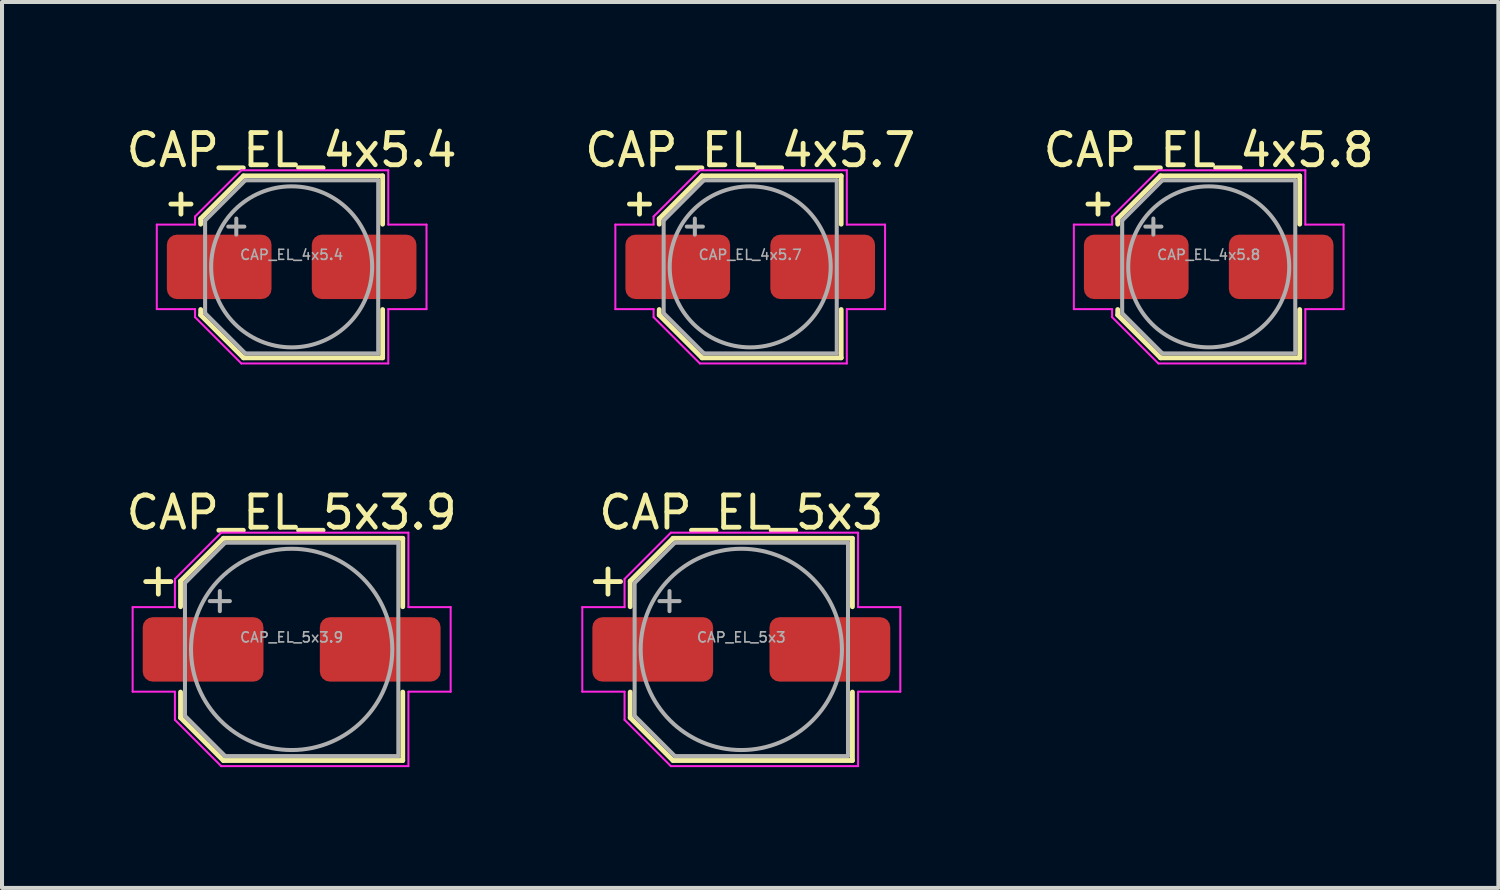
<source format=kicad_pcb>
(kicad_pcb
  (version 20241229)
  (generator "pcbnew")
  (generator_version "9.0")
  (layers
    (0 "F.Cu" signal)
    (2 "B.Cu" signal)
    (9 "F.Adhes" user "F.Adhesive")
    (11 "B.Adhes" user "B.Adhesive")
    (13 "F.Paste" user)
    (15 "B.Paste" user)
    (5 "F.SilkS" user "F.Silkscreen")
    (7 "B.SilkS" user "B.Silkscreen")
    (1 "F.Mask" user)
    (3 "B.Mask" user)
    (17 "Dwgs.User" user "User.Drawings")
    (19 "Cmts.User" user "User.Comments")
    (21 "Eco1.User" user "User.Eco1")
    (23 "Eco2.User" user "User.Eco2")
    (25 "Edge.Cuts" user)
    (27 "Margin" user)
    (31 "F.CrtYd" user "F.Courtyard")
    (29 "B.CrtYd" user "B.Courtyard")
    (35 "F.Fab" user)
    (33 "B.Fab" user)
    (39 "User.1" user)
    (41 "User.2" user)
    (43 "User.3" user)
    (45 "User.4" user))
  (footprint "CAP_EL_4x5.8"
    (layer "F.Cu")
    (at 26.976 3.579)
    (property "Reference" "CAP_EL_4x5.8" (at 0 -2.9 0) (layer "F.SilkS") (effects (font (size 0.8 0.8) (thickness 0.12))))
    (attr smd)
    (fp_line (start -3 -1.56) (end -2.5 -1.56) (stroke (width 0.12) (type solid)) (layer "F.SilkS"))
    (fp_line (start -2.75 -1.81) (end -2.75 -1.31) (stroke (width 0.12) (type solid)) (layer "F.SilkS"))
    (fp_line (start -2.26 -1.196) (end -2.26 -1.06) (stroke (width 0.12) (type solid)) (layer "F.SilkS"))
    (fp_line (start -2.26 -1.196) (end -1.196 -2.26) (stroke (width 0.12) (type solid)) (layer "F.SilkS"))
    (fp_line (start -2.26 1.196) (end -2.26 1.06) (stroke (width 0.12) (type solid)) (layer "F.SilkS"))
    (fp_line (start -2.26 1.196) (end -1.196 2.26) (stroke (width 0.12) (type solid)) (layer "F.SilkS"))
    (fp_line (start -1.196 -2.26) (end 2.26 -2.26) (stroke (width 0.12) (type solid)) (layer "F.SilkS"))
    (fp_line (start -1.196 2.26) (end 2.26 2.26) (stroke (width 0.12) (type solid)) (layer "F.SilkS"))
    (fp_line (start 2.26 -2.26) (end 2.26 -1.06) (stroke (width 0.12) (type solid)) (layer "F.SilkS"))
    (fp_line (start 2.26 2.26) (end 2.26 1.06) (stroke (width 0.12) (type solid)) (layer "F.SilkS"))
    (fp_line (start -3.35 -1.05) (end -3.35 1.05) (stroke (width 0.05) (type solid)) (layer "F.CrtYd"))
    (fp_line (start -3.35 1.05) (end -2.4 1.05) (stroke (width 0.05) (type solid)) (layer "F.CrtYd"))
    (fp_line (start -2.4 -1.25) (end -2.4 -1.05) (stroke (width 0.05) (type solid)) (layer "F.CrtYd"))
    (fp_line (start -2.4 -1.25) (end -1.25 -2.4) (stroke (width 0.05) (type solid)) (layer "F.CrtYd"))
    (fp_line (start -2.4 -1.05) (end -3.35 -1.05) (stroke (width 0.05) (type solid)) (layer "F.CrtYd"))
    (fp_line (start -2.4 1.05) (end -2.4 1.25) (stroke (width 0.05) (type solid)) (layer "F.CrtYd"))
    (fp_line (start -2.4 1.25) (end -1.25 2.4) (stroke (width 0.05) (type solid)) (layer "F.CrtYd"))
    (fp_line (start -1.25 -2.4) (end 2.4 -2.4) (stroke (width 0.05) (type solid)) (layer "F.CrtYd"))
    (fp_line (start -1.25 2.4) (end 2.4 2.4) (stroke (width 0.05) (type solid)) (layer "F.CrtYd"))
    (fp_line (start 2.4 -2.4) (end 2.4 -1.05) (stroke (width 0.05) (type solid)) (layer "F.CrtYd"))
    (fp_line (start 2.4 -1.05) (end 3.35 -1.05) (stroke (width 0.05) (type solid)) (layer "F.CrtYd"))
    (fp_line (start 2.4 1.05) (end 2.4 2.4) (stroke (width 0.05) (type solid)) (layer "F.CrtYd"))
    (fp_line (start 3.35 -1.05) (end 3.35 1.05) (stroke (width 0.05) (type solid)) (layer "F.CrtYd"))
    (fp_line (start 3.35 1.05) (end 2.4 1.05) (stroke (width 0.05) (type solid)) (layer "F.CrtYd"))
    (fp_line (start -2.15 -1.15) (end -2.15 1.15) (stroke (width 0.1) (type solid)) (layer "F.Fab"))
    (fp_line (start -2.15 -1.15) (end -1.15 -2.15) (stroke (width 0.1) (type solid)) (layer "F.Fab"))
    (fp_line (start -2.15 1.15) (end -1.15 2.15) (stroke (width 0.1) (type solid)) (layer "F.Fab"))
    (fp_line (start -1.575 -1) (end -1.175 -1) (stroke (width 0.1) (type solid)) (layer "F.Fab"))
    (fp_line (start -1.375 -1.2) (end -1.375 -0.8) (stroke (width 0.1) (type solid)) (layer "F.Fab"))
    (fp_line (start -1.15 -2.15) (end 2.15 -2.15) (stroke (width 0.1) (type solid)) (layer "F.Fab"))
    (fp_line (start -1.15 2.15) (end 2.15 2.15) (stroke (width 0.1) (type solid)) (layer "F.Fab"))
    (fp_line (start 2.15 -2.15) (end 2.15 2.15) (stroke (width 0.1) (type solid)) (layer "F.Fab"))
    (fp_circle (center 0 0) (end 2 0) (stroke (width 0.1) (type solid)) (fill no) (layer "F.Fab"))
    (fp_text user "${REFERENCE}" (at 0 -0.3 0) (layer "F.Fab") (effects (font (size 0.25 0.25) (thickness 0.04))))
    (pad "1" smd roundrect (at -1.8 0) (size 2.6 1.6) (layers "F.Cu" "F.Mask" "F.Paste") (roundrect_rratio 0.156))
    (pad "2" smd roundrect (at 1.8 0) (size 2.6 1.6) (layers "F.Cu" "F.Mask" "F.Paste") (roundrect_rratio 0.156)))
  (footprint "CAP_EL_5x3.9"
    (layer "F.Cu")
    (at 4.195 13.082)
    (property "Reference" "CAP_EL_5x3.9" (at 0 -3.4 0) (layer "F.SilkS") (effects (font (size 0.8 0.8) (thickness 0.12))))
    (attr smd)
    (fp_line (start -3.625 -1.685) (end -3 -1.685) (stroke (width 0.12) (type solid)) (layer "F.SilkS"))
    (fp_line (start -3.312 -1.998) (end -3.312 -1.373) (stroke (width 0.12) (type solid)) (layer "F.SilkS"))
    (fp_line (start -2.76 -1.696) (end -2.76 -1.06) (stroke (width 0.12) (type solid)) (layer "F.SilkS"))
    (fp_line (start -2.76 -1.696) (end -1.696 -2.76) (stroke (width 0.12) (type solid)) (layer "F.SilkS"))
    (fp_line (start -2.76 1.696) (end -2.76 1.06) (stroke (width 0.12) (type solid)) (layer "F.SilkS"))
    (fp_line (start -2.76 1.696) (end -1.696 2.76) (stroke (width 0.12) (type solid)) (layer "F.SilkS"))
    (fp_line (start -1.696 -2.76) (end 2.76 -2.76) (stroke (width 0.12) (type solid)) (layer "F.SilkS"))
    (fp_line (start -1.696 2.76) (end 2.76 2.76) (stroke (width 0.12) (type solid)) (layer "F.SilkS"))
    (fp_line (start 2.76 -2.76) (end 2.76 -1.06) (stroke (width 0.12) (type solid)) (layer "F.SilkS"))
    (fp_line (start 2.76 2.76) (end 2.76 1.06) (stroke (width 0.12) (type solid)) (layer "F.SilkS"))
    (fp_line (start -3.95 -1.05) (end -3.95 1.05) (stroke (width 0.05) (type solid)) (layer "F.CrtYd"))
    (fp_line (start -3.95 1.05) (end -2.9 1.05) (stroke (width 0.05) (type solid)) (layer "F.CrtYd"))
    (fp_line (start -2.9 -1.75) (end -2.9 -1.05) (stroke (width 0.05) (type solid)) (layer "F.CrtYd"))
    (fp_line (start -2.9 -1.75) (end -1.75 -2.9) (stroke (width 0.05) (type solid)) (layer "F.CrtYd"))
    (fp_line (start -2.9 -1.05) (end -3.95 -1.05) (stroke (width 0.05) (type solid)) (layer "F.CrtYd"))
    (fp_line (start -2.9 1.05) (end -2.9 1.75) (stroke (width 0.05) (type solid)) (layer "F.CrtYd"))
    (fp_line (start -2.9 1.75) (end -1.75 2.9) (stroke (width 0.05) (type solid)) (layer "F.CrtYd"))
    (fp_line (start -1.75 -2.9) (end 2.9 -2.9) (stroke (width 0.05) (type solid)) (layer "F.CrtYd"))
    (fp_line (start -1.75 2.9) (end 2.9 2.9) (stroke (width 0.05) (type solid)) (layer "F.CrtYd"))
    (fp_line (start 2.9 -2.9) (end 2.9 -1.05) (stroke (width 0.05) (type solid)) (layer "F.CrtYd"))
    (fp_line (start 2.9 -1.05) (end 3.95 -1.05) (stroke (width 0.05) (type solid)) (layer "F.CrtYd"))
    (fp_line (start 2.9 1.05) (end 2.9 2.9) (stroke (width 0.05) (type solid)) (layer "F.CrtYd"))
    (fp_line (start 3.95 -1.05) (end 3.95 1.05) (stroke (width 0.05) (type solid)) (layer "F.CrtYd"))
    (fp_line (start 3.95 1.05) (end 2.9 1.05) (stroke (width 0.05) (type solid)) (layer "F.CrtYd"))
    (fp_line (start -2.65 -1.65) (end -2.65 1.65) (stroke (width 0.1) (type solid)) (layer "F.Fab"))
    (fp_line (start -2.65 -1.65) (end -1.65 -2.65) (stroke (width 0.1) (type solid)) (layer "F.Fab"))
    (fp_line (start -2.65 1.65) (end -1.65 2.65) (stroke (width 0.1) (type solid)) (layer "F.Fab"))
    (fp_line (start -2.034 -1.2) (end -1.534 -1.2) (stroke (width 0.1) (type solid)) (layer "F.Fab"))
    (fp_line (start -1.784 -1.45) (end -1.784 -0.95) (stroke (width 0.1) (type solid)) (layer "F.Fab"))
    (fp_line (start -1.65 -2.65) (end 2.65 -2.65) (stroke (width 0.1) (type solid)) (layer "F.Fab"))
    (fp_line (start -1.65 2.65) (end 2.65 2.65) (stroke (width 0.1) (type solid)) (layer "F.Fab"))
    (fp_line (start 2.65 -2.65) (end 2.65 2.65) (stroke (width 0.1) (type solid)) (layer "F.Fab"))
    (fp_circle (center 0 0) (end 2.5 0) (stroke (width 0.1) (type solid)) (fill no) (layer "F.Fab"))
    (fp_text user "${REFERENCE}" (at 0 -0.3 0) (layer "F.Fab") (effects (font (size 0.25 0.25) (thickness 0.04))))
    (pad "1" smd roundrect (at -2.2 0) (size 3 1.6) (layers "F.Cu" "F.Mask" "F.Paste") (roundrect_rratio 0.156))
    (pad "2" smd roundrect (at 2.2 0) (size 3 1.6) (layers "F.Cu" "F.Mask" "F.Paste") (roundrect_rratio 0.156)))
  (footprint "CAP_EL_5x3"
    (layer "F.Cu")
    (at 15.365 13.082)
    (property "Reference" "CAP_EL_5x3" (at 0 -3.4 0) (layer "F.SilkS") (effects (font (size 0.8 0.8) (thickness 0.12))))
    (attr smd)
    (fp_line (start -3.625 -1.685) (end -3 -1.685) (stroke (width 0.12) (type solid)) (layer "F.SilkS"))
    (fp_line (start -3.312 -1.998) (end -3.312 -1.373) (stroke (width 0.12) (type solid)) (layer "F.SilkS"))
    (fp_line (start -2.76 -1.696) (end -2.76 -1.06) (stroke (width 0.12) (type solid)) (layer "F.SilkS"))
    (fp_line (start -2.76 -1.696) (end -1.696 -2.76) (stroke (width 0.12) (type solid)) (layer "F.SilkS"))
    (fp_line (start -2.76 1.696) (end -2.76 1.06) (stroke (width 0.12) (type solid)) (layer "F.SilkS"))
    (fp_line (start -2.76 1.696) (end -1.696 2.76) (stroke (width 0.12) (type solid)) (layer "F.SilkS"))
    (fp_line (start -1.696 -2.76) (end 2.76 -2.76) (stroke (width 0.12) (type solid)) (layer "F.SilkS"))
    (fp_line (start -1.696 2.76) (end 2.76 2.76) (stroke (width 0.12) (type solid)) (layer "F.SilkS"))
    (fp_line (start 2.76 -2.76) (end 2.76 -1.06) (stroke (width 0.12) (type solid)) (layer "F.SilkS"))
    (fp_line (start 2.76 2.76) (end 2.76 1.06) (stroke (width 0.12) (type solid)) (layer "F.SilkS"))
    (fp_line (start -3.95 -1.05) (end -3.95 1.05) (stroke (width 0.05) (type solid)) (layer "F.CrtYd"))
    (fp_line (start -3.95 1.05) (end -2.9 1.05) (stroke (width 0.05) (type solid)) (layer "F.CrtYd"))
    (fp_line (start -2.9 -1.75) (end -2.9 -1.05) (stroke (width 0.05) (type solid)) (layer "F.CrtYd"))
    (fp_line (start -2.9 -1.75) (end -1.75 -2.9) (stroke (width 0.05) (type solid)) (layer "F.CrtYd"))
    (fp_line (start -2.9 -1.05) (end -3.95 -1.05) (stroke (width 0.05) (type solid)) (layer "F.CrtYd"))
    (fp_line (start -2.9 1.05) (end -2.9 1.75) (stroke (width 0.05) (type solid)) (layer "F.CrtYd"))
    (fp_line (start -2.9 1.75) (end -1.75 2.9) (stroke (width 0.05) (type solid)) (layer "F.CrtYd"))
    (fp_line (start -1.75 -2.9) (end 2.9 -2.9) (stroke (width 0.05) (type solid)) (layer "F.CrtYd"))
    (fp_line (start -1.75 2.9) (end 2.9 2.9) (stroke (width 0.05) (type solid)) (layer "F.CrtYd"))
    (fp_line (start 2.9 -2.9) (end 2.9 -1.05) (stroke (width 0.05) (type solid)) (layer "F.CrtYd"))
    (fp_line (start 2.9 -1.05) (end 3.95 -1.05) (stroke (width 0.05) (type solid)) (layer "F.CrtYd"))
    (fp_line (start 2.9 1.05) (end 2.9 2.9) (stroke (width 0.05) (type solid)) (layer "F.CrtYd"))
    (fp_line (start 3.95 -1.05) (end 3.95 1.05) (stroke (width 0.05) (type solid)) (layer "F.CrtYd"))
    (fp_line (start 3.95 1.05) (end 2.9 1.05) (stroke (width 0.05) (type solid)) (layer "F.CrtYd"))
    (fp_line (start -2.65 -1.65) (end -2.65 1.65) (stroke (width 0.1) (type solid)) (layer "F.Fab"))
    (fp_line (start -2.65 -1.65) (end -1.65 -2.65) (stroke (width 0.1) (type solid)) (layer "F.Fab"))
    (fp_line (start -2.65 1.65) (end -1.65 2.65) (stroke (width 0.1) (type solid)) (layer "F.Fab"))
    (fp_line (start -2.034 -1.2) (end -1.534 -1.2) (stroke (width 0.1) (type solid)) (layer "F.Fab"))
    (fp_line (start -1.784 -1.45) (end -1.784 -0.95) (stroke (width 0.1) (type solid)) (layer "F.Fab"))
    (fp_line (start -1.65 -2.65) (end 2.65 -2.65) (stroke (width 0.1) (type solid)) (layer "F.Fab"))
    (fp_line (start -1.65 2.65) (end 2.65 2.65) (stroke (width 0.1) (type solid)) (layer "F.Fab"))
    (fp_line (start 2.65 -2.65) (end 2.65 2.65) (stroke (width 0.1) (type solid)) (layer "F.Fab"))
    (fp_circle (center 0 0) (end 2.5 0) (stroke (width 0.1) (type solid)) (fill no) (layer "F.Fab"))
    (fp_text user "${REFERENCE}" (at 0 -0.3 0) (layer "F.Fab") (effects (font (size 0.25 0.25) (thickness 0.04))))
    (pad "1" smd roundrect (at -2.2 0) (size 3 1.6) (layers "F.Cu" "F.Mask" "F.Paste") (roundrect_rratio 0.156))
    (pad "2" smd roundrect (at 2.2 0) (size 3 1.6) (layers "F.Cu" "F.Mask" "F.Paste") (roundrect_rratio 0.156)))
  (footprint "CAP_EL_4x5.4"
    (layer "F.Cu")
    (at 4.195 3.579)
    (property "Reference" "CAP_EL_4x5.4" (at 0 -2.9 0) (layer "F.SilkS") (effects (font (size 0.8 0.8) (thickness 0.12))))
    (attr smd)
    (fp_line (start -3 -1.56) (end -2.5 -1.56) (stroke (width 0.12) (type solid)) (layer "F.SilkS"))
    (fp_line (start -2.75 -1.81) (end -2.75 -1.31) (stroke (width 0.12) (type solid)) (layer "F.SilkS"))
    (fp_line (start -2.26 -1.196) (end -2.26 -1.06) (stroke (width 0.12) (type solid)) (layer "F.SilkS"))
    (fp_line (start -2.26 -1.196) (end -1.196 -2.26) (stroke (width 0.12) (type solid)) (layer "F.SilkS"))
    (fp_line (start -2.26 1.196) (end -2.26 1.06) (stroke (width 0.12) (type solid)) (layer "F.SilkS"))
    (fp_line (start -2.26 1.196) (end -1.196 2.26) (stroke (width 0.12) (type solid)) (layer "F.SilkS"))
    (fp_line (start -1.196 -2.26) (end 2.26 -2.26) (stroke (width 0.12) (type solid)) (layer "F.SilkS"))
    (fp_line (start -1.196 2.26) (end 2.26 2.26) (stroke (width 0.12) (type solid)) (layer "F.SilkS"))
    (fp_line (start 2.26 -2.26) (end 2.26 -1.06) (stroke (width 0.12) (type solid)) (layer "F.SilkS"))
    (fp_line (start 2.26 2.26) (end 2.26 1.06) (stroke (width 0.12) (type solid)) (layer "F.SilkS"))
    (fp_line (start -3.35 -1.05) (end -3.35 1.05) (stroke (width 0.05) (type solid)) (layer "F.CrtYd"))
    (fp_line (start -3.35 1.05) (end -2.4 1.05) (stroke (width 0.05) (type solid)) (layer "F.CrtYd"))
    (fp_line (start -2.4 -1.25) (end -2.4 -1.05) (stroke (width 0.05) (type solid)) (layer "F.CrtYd"))
    (fp_line (start -2.4 -1.25) (end -1.25 -2.4) (stroke (width 0.05) (type solid)) (layer "F.CrtYd"))
    (fp_line (start -2.4 -1.05) (end -3.35 -1.05) (stroke (width 0.05) (type solid)) (layer "F.CrtYd"))
    (fp_line (start -2.4 1.05) (end -2.4 1.25) (stroke (width 0.05) (type solid)) (layer "F.CrtYd"))
    (fp_line (start -2.4 1.25) (end -1.25 2.4) (stroke (width 0.05) (type solid)) (layer "F.CrtYd"))
    (fp_line (start -1.25 -2.4) (end 2.4 -2.4) (stroke (width 0.05) (type solid)) (layer "F.CrtYd"))
    (fp_line (start -1.25 2.4) (end 2.4 2.4) (stroke (width 0.05) (type solid)) (layer "F.CrtYd"))
    (fp_line (start 2.4 -2.4) (end 2.4 -1.05) (stroke (width 0.05) (type solid)) (layer "F.CrtYd"))
    (fp_line (start 2.4 -1.05) (end 3.35 -1.05) (stroke (width 0.05) (type solid)) (layer "F.CrtYd"))
    (fp_line (start 2.4 1.05) (end 2.4 2.4) (stroke (width 0.05) (type solid)) (layer "F.CrtYd"))
    (fp_line (start 3.35 -1.05) (end 3.35 1.05) (stroke (width 0.05) (type solid)) (layer "F.CrtYd"))
    (fp_line (start 3.35 1.05) (end 2.4 1.05) (stroke (width 0.05) (type solid)) (layer "F.CrtYd"))
    (fp_line (start -2.15 -1.15) (end -2.15 1.15) (stroke (width 0.1) (type solid)) (layer "F.Fab"))
    (fp_line (start -2.15 -1.15) (end -1.15 -2.15) (stroke (width 0.1) (type solid)) (layer "F.Fab"))
    (fp_line (start -2.15 1.15) (end -1.15 2.15) (stroke (width 0.1) (type solid)) (layer "F.Fab"))
    (fp_line (start -1.575 -1) (end -1.175 -1) (stroke (width 0.1) (type solid)) (layer "F.Fab"))
    (fp_line (start -1.375 -1.2) (end -1.375 -0.8) (stroke (width 0.1) (type solid)) (layer "F.Fab"))
    (fp_line (start -1.15 -2.15) (end 2.15 -2.15) (stroke (width 0.1) (type solid)) (layer "F.Fab"))
    (fp_line (start -1.15 2.15) (end 2.15 2.15) (stroke (width 0.1) (type solid)) (layer "F.Fab"))
    (fp_line (start 2.15 -2.15) (end 2.15 2.15) (stroke (width 0.1) (type solid)) (layer "F.Fab"))
    (fp_circle (center 0 0) (end 2 0) (stroke (width 0.1) (type solid)) (fill no) (layer "F.Fab"))
    (fp_text user "${REFERENCE}" (at 0 -0.3 0) (layer "F.Fab") (effects (font (size 0.25 0.25) (thickness 0.04))))
    (pad "1" smd roundrect (at -1.8 0) (size 2.6 1.6) (layers "F.Cu" "F.Mask" "F.Paste") (roundrect_rratio 0.156))
    (pad "2" smd roundrect (at 1.8 0) (size 2.6 1.6) (layers "F.Cu" "F.Mask" "F.Paste") (roundrect_rratio 0.156)))
  (footprint "CAP_EL_4x5.7"
    (layer "F.Cu")
    (at 15.586 3.579)
    (property "Reference" "CAP_EL_4x5.7" (at 0 -2.9 0) (layer "F.SilkS") (effects (font (size 0.8 0.8) (thickness 0.12))))
    (attr smd)
    (fp_line (start -3 -1.56) (end -2.5 -1.56) (stroke (width 0.12) (type solid)) (layer "F.SilkS"))
    (fp_line (start -2.75 -1.81) (end -2.75 -1.31) (stroke (width 0.12) (type solid)) (layer "F.SilkS"))
    (fp_line (start -2.26 -1.196) (end -2.26 -1.06) (stroke (width 0.12) (type solid)) (layer "F.SilkS"))
    (fp_line (start -2.26 -1.196) (end -1.196 -2.26) (stroke (width 0.12) (type solid)) (layer "F.SilkS"))
    (fp_line (start -2.26 1.196) (end -2.26 1.06) (stroke (width 0.12) (type solid)) (layer "F.SilkS"))
    (fp_line (start -2.26 1.196) (end -1.196 2.26) (stroke (width 0.12) (type solid)) (layer "F.SilkS"))
    (fp_line (start -1.196 -2.26) (end 2.26 -2.26) (stroke (width 0.12) (type solid)) (layer "F.SilkS"))
    (fp_line (start -1.196 2.26) (end 2.26 2.26) (stroke (width 0.12) (type solid)) (layer "F.SilkS"))
    (fp_line (start 2.26 -2.26) (end 2.26 -1.06) (stroke (width 0.12) (type solid)) (layer "F.SilkS"))
    (fp_line (start 2.26 2.26) (end 2.26 1.06) (stroke (width 0.12) (type solid)) (layer "F.SilkS"))
    (fp_line (start -3.35 -1.05) (end -3.35 1.05) (stroke (width 0.05) (type solid)) (layer "F.CrtYd"))
    (fp_line (start -3.35 1.05) (end -2.4 1.05) (stroke (width 0.05) (type solid)) (layer "F.CrtYd"))
    (fp_line (start -2.4 -1.25) (end -2.4 -1.05) (stroke (width 0.05) (type solid)) (layer "F.CrtYd"))
    (fp_line (start -2.4 -1.25) (end -1.25 -2.4) (stroke (width 0.05) (type solid)) (layer "F.CrtYd"))
    (fp_line (start -2.4 -1.05) (end -3.35 -1.05) (stroke (width 0.05) (type solid)) (layer "F.CrtYd"))
    (fp_line (start -2.4 1.05) (end -2.4 1.25) (stroke (width 0.05) (type solid)) (layer "F.CrtYd"))
    (fp_line (start -2.4 1.25) (end -1.25 2.4) (stroke (width 0.05) (type solid)) (layer "F.CrtYd"))
    (fp_line (start -1.25 -2.4) (end 2.4 -2.4) (stroke (width 0.05) (type solid)) (layer "F.CrtYd"))
    (fp_line (start -1.25 2.4) (end 2.4 2.4) (stroke (width 0.05) (type solid)) (layer "F.CrtYd"))
    (fp_line (start 2.4 -2.4) (end 2.4 -1.05) (stroke (width 0.05) (type solid)) (layer "F.CrtYd"))
    (fp_line (start 2.4 -1.05) (end 3.35 -1.05) (stroke (width 0.05) (type solid)) (layer "F.CrtYd"))
    (fp_line (start 2.4 1.05) (end 2.4 2.4) (stroke (width 0.05) (type solid)) (layer "F.CrtYd"))
    (fp_line (start 3.35 -1.05) (end 3.35 1.05) (stroke (width 0.05) (type solid)) (layer "F.CrtYd"))
    (fp_line (start 3.35 1.05) (end 2.4 1.05) (stroke (width 0.05) (type solid)) (layer "F.CrtYd"))
    (fp_line (start -2.15 -1.15) (end -2.15 1.15) (stroke (width 0.1) (type solid)) (layer "F.Fab"))
    (fp_line (start -2.15 -1.15) (end -1.15 -2.15) (stroke (width 0.1) (type solid)) (layer "F.Fab"))
    (fp_line (start -2.15 1.15) (end -1.15 2.15) (stroke (width 0.1) (type solid)) (layer "F.Fab"))
    (fp_line (start -1.575 -1) (end -1.175 -1) (stroke (width 0.1) (type solid)) (layer "F.Fab"))
    (fp_line (start -1.375 -1.2) (end -1.375 -0.8) (stroke (width 0.1) (type solid)) (layer "F.Fab"))
    (fp_line (start -1.15 -2.15) (end 2.15 -2.15) (stroke (width 0.1) (type solid)) (layer "F.Fab"))
    (fp_line (start -1.15 2.15) (end 2.15 2.15) (stroke (width 0.1) (type solid)) (layer "F.Fab"))
    (fp_line (start 2.15 -2.15) (end 2.15 2.15) (stroke (width 0.1) (type solid)) (layer "F.Fab"))
    (fp_circle (center 0 0) (end 2 0) (stroke (width 0.1) (type solid)) (fill no) (layer "F.Fab"))
    (fp_text user "${REFERENCE}" (at 0 -0.3 0) (layer "F.Fab") (effects (font (size 0.25 0.25) (thickness 0.04))))
    (pad "1" smd roundrect (at -1.8 0) (size 2.6 1.6) (layers "F.Cu" "F.Mask" "F.Paste") (roundrect_rratio 0.156))
    (pad "2" smd roundrect (at 1.8 0) (size 2.6 1.6) (layers "F.Cu" "F.Mask" "F.Paste") (roundrect_rratio 0.156)))
  (gr_rect
    (start -3 -3)
    (end 34.171 19.007)
    (stroke (width 0.1) (type default))
    (fill no)
    (layer "Edge.Cuts")))
</source>
